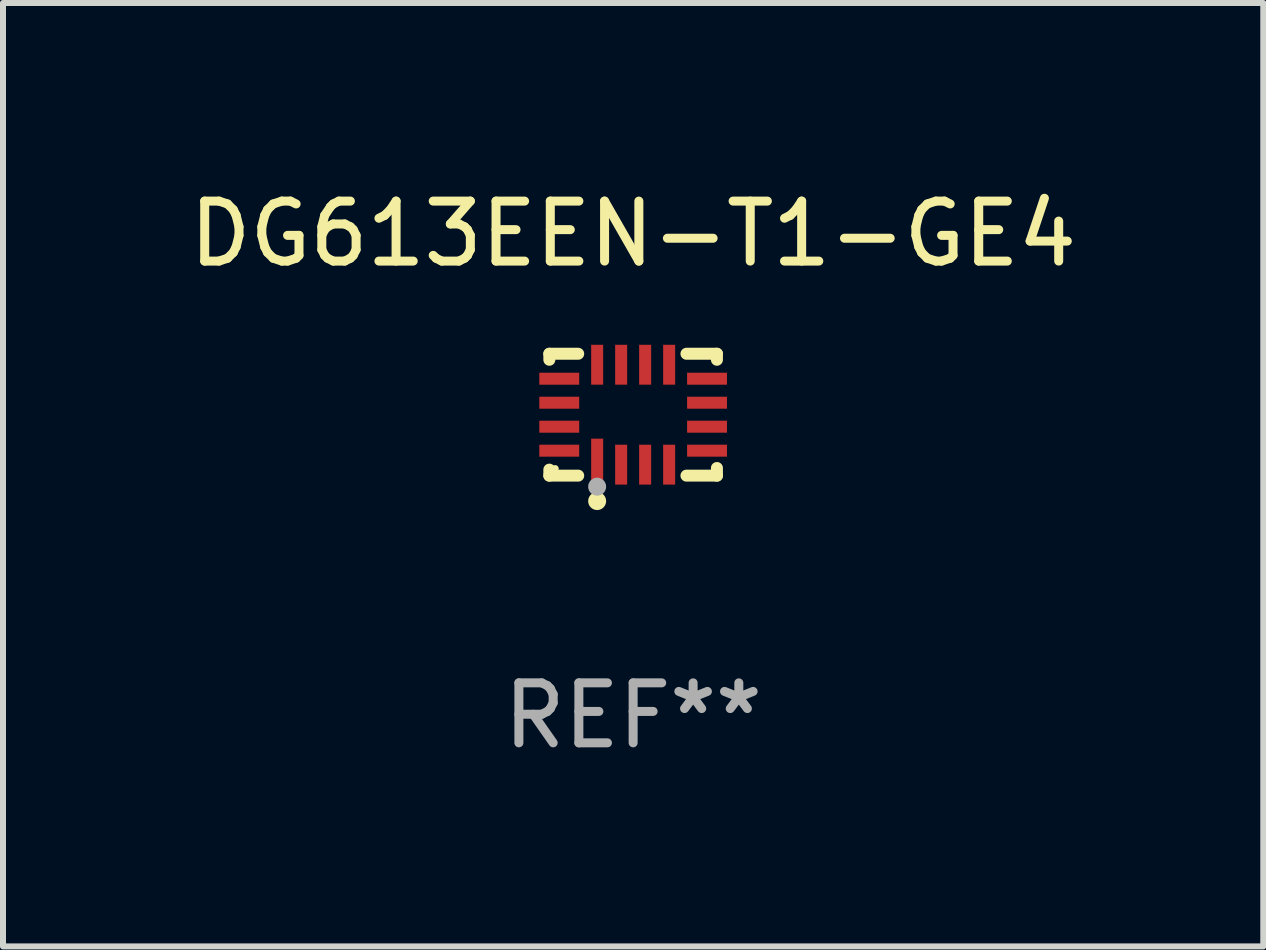
<source format=kicad_pcb>
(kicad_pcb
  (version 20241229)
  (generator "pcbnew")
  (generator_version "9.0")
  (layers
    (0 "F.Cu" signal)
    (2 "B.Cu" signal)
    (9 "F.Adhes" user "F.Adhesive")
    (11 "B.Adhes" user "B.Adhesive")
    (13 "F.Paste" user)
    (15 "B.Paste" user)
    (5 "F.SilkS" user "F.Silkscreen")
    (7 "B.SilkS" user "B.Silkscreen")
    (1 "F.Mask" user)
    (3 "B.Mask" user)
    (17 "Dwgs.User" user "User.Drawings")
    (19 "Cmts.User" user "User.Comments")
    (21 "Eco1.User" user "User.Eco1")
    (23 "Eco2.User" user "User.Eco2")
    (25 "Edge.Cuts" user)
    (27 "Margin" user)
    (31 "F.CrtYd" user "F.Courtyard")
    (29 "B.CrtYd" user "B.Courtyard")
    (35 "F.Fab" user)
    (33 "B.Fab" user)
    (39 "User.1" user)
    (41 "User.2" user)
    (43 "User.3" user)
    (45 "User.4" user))
  (footprint "DG613EEN-T1-GE4"
    (layer "F.Cu")
    (at 7.506 3.864)
    (property "Reference" "DG613EEN-T1-GE4" (at 0 -3.016 0) (layer "F.SilkS") (effects (font (size 1 1) (thickness 0.15))))
    (attr through_hole)
    (fp_line (start -1.397 -1.016) (end -1.397 -0.916) (stroke (width 0.2) (type solid)) (layer "F.SilkS"))
    (fp_line (start -1.397 0.916) (end -1.397 1.016) (stroke (width 0.2) (type solid)) (layer "F.SilkS"))
    (fp_line (start -1.397 1.016) (end -0.916 1.016) (stroke (width 0.2) (type solid)) (layer "F.SilkS"))
    (fp_line (start -0.916 -1.016) (end -1.397 -1.016) (stroke (width 0.2) (type solid)) (layer "F.SilkS"))
    (fp_line (start 0.889 -1.016) (end 1.397 -1.016) (stroke (width 0.2) (type solid)) (layer "F.SilkS"))
    (fp_line (start 1.397 -1.016) (end 1.397 -0.916) (stroke (width 0.2) (type solid)) (layer "F.SilkS"))
    (fp_line (start 1.397 0.889) (end 1.397 1.016) (stroke (width 0.2) (type solid)) (layer "F.SilkS"))
    (fp_line (start 1.397 1.016) (end 0.889 1.016) (stroke (width 0.2) (type solid)) (layer "F.SilkS"))
    (fp_circle (center -1.3 0.9) (end -1.27 0.9) (stroke (width 0.06) (type solid)) (fill no) (layer "F.SilkS"))
    (fp_circle (center -0.6 1.44) (end -0.525 1.44) (stroke (width 0.15) (type solid)) (fill no) (layer "F.SilkS"))
    (fp_circle (center -0.6 1.2) (end -0.525 1.2) (stroke (width 0.15) (type solid)) (fill no) (layer "F.Fab"))
    (fp_text user "REF**" (at 0 5.016 0) (layer "F.Fab") (effects (font (size 1 1) (thickness 0.15))))
    (pad "1" smd rect (at -0.6 0.782) (size 0.2 0.765) (layers "F.Cu" "F.Mask" "F.Paste"))
    (pad "2" smd rect (at -0.2 0.833) (size 0.2 0.665) (layers "F.Cu" "F.Mask" "F.Paste"))
    (pad "3" smd rect (at 0.2 0.833) (size 0.2 0.665) (layers "F.Cu" "F.Mask" "F.Paste"))
    (pad "4" smd rect (at 0.6 0.833) (size 0.2 0.665) (layers "F.Cu" "F.Mask" "F.Paste"))
    (pad "5" smd rect (at 1.232 0.6) (size 0.665 0.2) (layers "F.Cu" "F.Mask" "F.Paste"))
    (pad "6" smd rect (at 1.232 0.2) (size 0.665 0.2) (layers "F.Cu" "F.Mask" "F.Paste"))
    (pad "7" smd rect (at 1.232 -0.2) (size 0.665 0.2) (layers "F.Cu" "F.Mask" "F.Paste"))
    (pad "8" smd rect (at 1.232 -0.6) (size 0.665 0.2) (layers "F.Cu" "F.Mask" "F.Paste"))
    (pad "9" smd rect (at 0.6 -0.833) (size 0.2 0.665) (layers "F.Cu" "F.Mask" "F.Paste"))
    (pad "10" smd rect (at 0.2 -0.833) (size 0.2 0.665) (layers "F.Cu" "F.Mask" "F.Paste"))
    (pad "11" smd rect (at -0.2 -0.833) (size 0.2 0.665) (layers "F.Cu" "F.Mask" "F.Paste"))
    (pad "12" smd rect (at -0.6 -0.833) (size 0.2 0.665) (layers "F.Cu" "F.Mask" "F.Paste"))
    (pad "13" smd rect (at -1.232 -0.6) (size 0.665 0.2) (layers "F.Cu" "F.Mask" "F.Paste"))
    (pad "14" smd rect (at -1.232 -0.2) (size 0.665 0.2) (layers "F.Cu" "F.Mask" "F.Paste"))
    (pad "15" smd rect (at -1.232 0.2) (size 0.665 0.2) (layers "F.Cu" "F.Mask" "F.Paste"))
    (pad "16" smd rect (at -1.232 0.6) (size 0.665 0.2) (layers "F.Cu" "F.Mask" "F.Paste")))
  (gr_rect
    (start -3 -3)
    (end 18.012 12.729)
    (stroke (width 0.1) (type default))
    (fill no)
    (layer "Edge.Cuts")))
</source>
